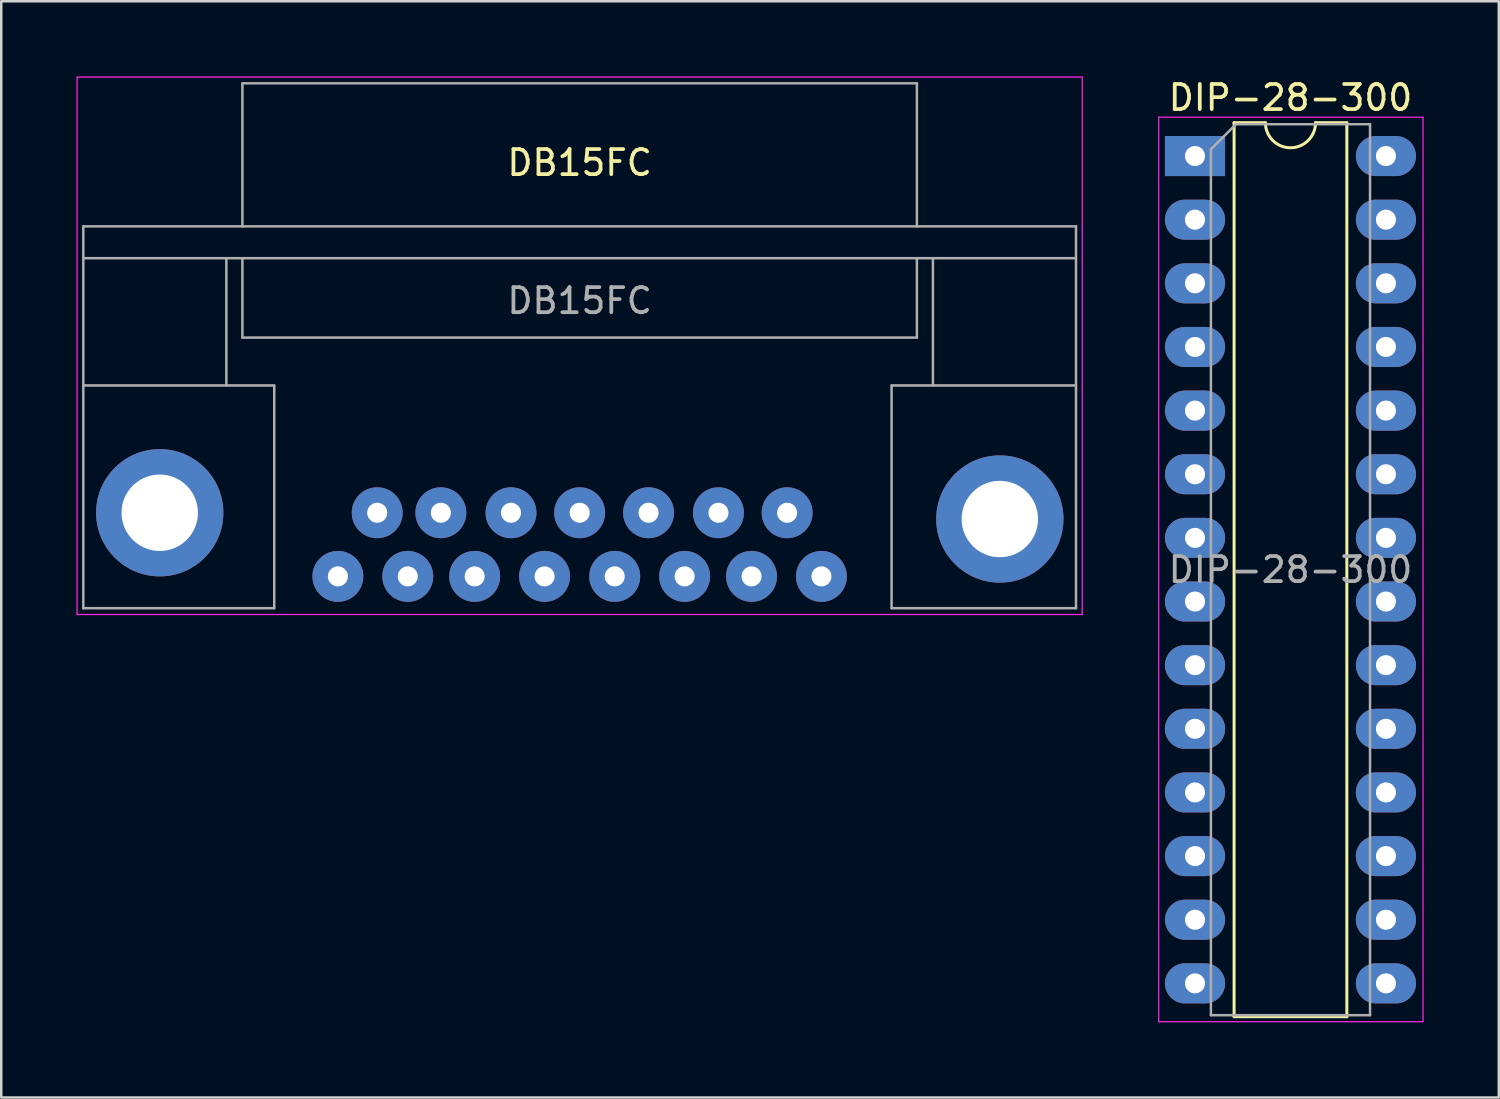
<source format=kicad_pcb>
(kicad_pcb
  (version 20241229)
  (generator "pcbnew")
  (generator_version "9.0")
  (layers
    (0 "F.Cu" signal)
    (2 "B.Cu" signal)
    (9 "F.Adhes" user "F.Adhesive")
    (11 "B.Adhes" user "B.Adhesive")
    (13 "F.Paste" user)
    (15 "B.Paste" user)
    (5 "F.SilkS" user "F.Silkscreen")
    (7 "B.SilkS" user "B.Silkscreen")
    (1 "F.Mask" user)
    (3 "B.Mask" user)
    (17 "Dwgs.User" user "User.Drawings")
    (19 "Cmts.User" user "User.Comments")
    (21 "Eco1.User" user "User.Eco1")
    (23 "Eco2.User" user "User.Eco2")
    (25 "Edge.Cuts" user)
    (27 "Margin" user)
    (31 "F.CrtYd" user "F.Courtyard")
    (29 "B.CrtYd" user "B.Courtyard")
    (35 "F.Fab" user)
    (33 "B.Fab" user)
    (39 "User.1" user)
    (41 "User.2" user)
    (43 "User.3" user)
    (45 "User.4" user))
  (footprint "DIP-28-300"
    (layer "F.Cu")
    (at 44.645 3.178)
    (property "Reference" "DIP-28-300" (at 3.81 -2.33 0) (layer "F.SilkS") (effects (font (size 1 1) (thickness 0.15))))
    (attr through_hole)
    (fp_line (start 1.56 -1.33) (end 1.56 34.35) (stroke (width 0.12) (type solid)) (layer "F.SilkS"))
    (fp_line (start 1.56 34.35) (end 6.06 34.35) (stroke (width 0.12) (type solid)) (layer "F.SilkS"))
    (fp_line (start 2.81 -1.33) (end 1.56 -1.33) (stroke (width 0.12) (type solid)) (layer "F.SilkS"))
    (fp_line (start 6.06 -1.33) (end 4.81 -1.33) (stroke (width 0.12) (type solid)) (layer "F.SilkS"))
    (fp_line (start 6.06 34.35) (end 6.06 -1.33) (stroke (width 0.12) (type solid)) (layer "F.SilkS"))
    (fp_arc (start 4.81 -1.33) (mid 3.81 -0.33) (end 2.81 -1.33) (stroke (width 0.12) (type solid)) (layer "F.SilkS"))
    (fp_line (start -1.45 -1.55) (end -1.45 34.55) (stroke (width 0.05) (type solid)) (layer "F.CrtYd"))
    (fp_line (start -1.45 34.55) (end 9.1 34.55) (stroke (width 0.05) (type solid)) (layer "F.CrtYd"))
    (fp_line (start 9.1 -1.55) (end -1.45 -1.55) (stroke (width 0.05) (type solid)) (layer "F.CrtYd"))
    (fp_line (start 9.1 34.55) (end 9.1 -1.55) (stroke (width 0.05) (type solid)) (layer "F.CrtYd"))
    (fp_line (start 0.635 -0.27) (end 1.635 -1.27) (stroke (width 0.1) (type solid)) (layer "F.Fab"))
    (fp_line (start 0.635 34.29) (end 0.635 -0.27) (stroke (width 0.1) (type solid)) (layer "F.Fab"))
    (fp_line (start 1.635 -1.27) (end 6.985 -1.27) (stroke (width 0.1) (type solid)) (layer "F.Fab"))
    (fp_line (start 6.985 -1.27) (end 6.985 34.29) (stroke (width 0.1) (type solid)) (layer "F.Fab"))
    (fp_line (start 6.985 34.29) (end 0.635 34.29) (stroke (width 0.1) (type solid)) (layer "F.Fab"))
    (fp_text user "${REFERENCE}" (at 3.81 16.51 0) (layer "F.Fab") (effects (font (size 1 1) (thickness 0.15))))
    (pad "1" thru_hole rect (at 0 0) (size 2.4 1.6) (drill 0.8) (layers "*.Cu" "*.Mask"))
    (pad "2" thru_hole oval (at 0 2.54) (size 2.4 1.6) (drill 0.8) (layers "*.Cu" "*.Mask"))
    (pad "3" thru_hole oval (at 0 5.08) (size 2.4 1.6) (drill 0.8) (layers "*.Cu" "*.Mask"))
    (pad "4" thru_hole oval (at 0 7.62) (size 2.4 1.6) (drill 0.8) (layers "*.Cu" "*.Mask"))
    (pad "5" thru_hole oval (at 0 10.16) (size 2.4 1.6) (drill 0.8) (layers "*.Cu" "*.Mask"))
    (pad "6" thru_hole oval (at 0 12.7) (size 2.4 1.6) (drill 0.8) (layers "*.Cu" "*.Mask"))
    (pad "7" thru_hole oval (at 0 15.24) (size 2.4 1.6) (drill 0.8) (layers "*.Cu" "*.Mask"))
    (pad "8" thru_hole oval (at 0 17.78) (size 2.4 1.6) (drill 0.8) (layers "*.Cu" "*.Mask"))
    (pad "9" thru_hole oval (at 0 20.32) (size 2.4 1.6) (drill 0.8) (layers "*.Cu" "*.Mask"))
    (pad "10" thru_hole oval (at 0 22.86) (size 2.4 1.6) (drill 0.8) (layers "*.Cu" "*.Mask"))
    (pad "11" thru_hole oval (at 0 25.4) (size 2.4 1.6) (drill 0.8) (layers "*.Cu" "*.Mask"))
    (pad "12" thru_hole oval (at 0 27.94) (size 2.4 1.6) (drill 0.8) (layers "*.Cu" "*.Mask"))
    (pad "13" thru_hole oval (at 0 30.48) (size 2.4 1.6) (drill 0.8) (layers "*.Cu" "*.Mask"))
    (pad "14" thru_hole oval (at 0 33.02) (size 2.4 1.6) (drill 0.8) (layers "*.Cu" "*.Mask"))
    (pad "15" thru_hole oval (at 7.62 33.02) (size 2.4 1.6) (drill 0.8) (layers "*.Cu" "*.Mask"))
    (pad "16" thru_hole oval (at 7.62 30.48) (size 2.4 1.6) (drill 0.8) (layers "*.Cu" "*.Mask"))
    (pad "17" thru_hole oval (at 7.62 27.94) (size 2.4 1.6) (drill 0.8) (layers "*.Cu" "*.Mask"))
    (pad "18" thru_hole oval (at 7.62 25.4) (size 2.4 1.6) (drill 0.8) (layers "*.Cu" "*.Mask"))
    (pad "19" thru_hole oval (at 7.62 22.86) (size 2.4 1.6) (drill 0.8) (layers "*.Cu" "*.Mask"))
    (pad "20" thru_hole oval (at 7.62 20.32) (size 2.4 1.6) (drill 0.8) (layers "*.Cu" "*.Mask"))
    (pad "21" thru_hole oval (at 7.62 17.78) (size 2.4 1.6) (drill 0.8) (layers "*.Cu" "*.Mask"))
    (pad "22" thru_hole oval (at 7.62 15.24) (size 2.4 1.6) (drill 0.8) (layers "*.Cu" "*.Mask"))
    (pad "23" thru_hole oval (at 7.62 12.7) (size 2.4 1.6) (drill 0.8) (layers "*.Cu" "*.Mask"))
    (pad "24" thru_hole oval (at 7.62 10.16) (size 2.4 1.6) (drill 0.8) (layers "*.Cu" "*.Mask"))
    (pad "25" thru_hole oval (at 7.62 7.62) (size 2.4 1.6) (drill 0.8) (layers "*.Cu" "*.Mask"))
    (pad "26" thru_hole oval (at 7.62 5.08) (size 2.4 1.6) (drill 0.8) (layers "*.Cu" "*.Mask"))
    (pad "27" thru_hole oval (at 7.62 2.54) (size 2.4 1.6) (drill 0.8) (layers "*.Cu" "*.Mask"))
    (pad "28" thru_hole oval (at 7.62 0) (size 2.4 1.6) (drill 0.8) (layers "*.Cu" "*.Mask")))
  (footprint "DB15FC"
    (layer "F.Cu")
    (at 10.435 19.955)
    (property "Reference" "DB15FC" (at 9.65 -16.51 0) (layer "F.SilkS") (effects (font (size 1 1) (thickness 0.15))))
    (attr through_hole)
    (fp_line (start -10.41 -19.93) (end -10.41 1.52) (stroke (width 0.05) (type solid)) (layer "F.CrtYd"))
    (fp_line (start -10.41 -19.93) (end 29.71 -19.93) (stroke (width 0.05) (type solid)) (layer "F.CrtYd"))
    (fp_line (start 29.71 1.52) (end -10.41 1.52) (stroke (width 0.05) (type solid)) (layer "F.CrtYd"))
    (fp_line (start 29.71 1.52) (end 29.71 -19.93) (stroke (width 0.05) (type solid)) (layer "F.CrtYd"))
    (fp_line (start -10.16 -13.97) (end -10.16 -12.7) (stroke (width 0.1) (type solid)) (layer "F.Fab"))
    (fp_line (start -10.16 -7.62) (end -2.54 -7.62) (stroke (width 0.1) (type solid)) (layer "F.Fab"))
    (fp_line (start -10.16 1.27) (end -10.16 -12.7) (stroke (width 0.1) (type solid)) (layer "F.Fab"))
    (fp_line (start -10.16 1.27) (end -2.54 1.27) (stroke (width 0.1) (type solid)) (layer "F.Fab"))
    (fp_line (start -4.45 -12.7) (end -4.45 -7.62) (stroke (width 0.1) (type solid)) (layer "F.Fab"))
    (fp_line (start -3.81 -19.68) (end -3.81 -13.97) (stroke (width 0.1) (type solid)) (layer "F.Fab"))
    (fp_line (start -3.81 -19.68) (end 23.11 -19.68) (stroke (width 0.1) (type solid)) (layer "F.Fab"))
    (fp_line (start -3.81 -9.53) (end -3.81 -12.7) (stroke (width 0.1) (type solid)) (layer "F.Fab"))
    (fp_line (start -2.54 -7.62) (end -2.54 1.27) (stroke (width 0.1) (type solid)) (layer "F.Fab"))
    (fp_line (start 22.1 -7.62) (end 29.46 -7.62) (stroke (width 0.1) (type solid)) (layer "F.Fab"))
    (fp_line (start 22.1 1.27) (end 22.1 -7.62) (stroke (width 0.1) (type solid)) (layer "F.Fab"))
    (fp_line (start 23.11 -13.97) (end 23.11 -19.68) (stroke (width 0.1) (type solid)) (layer "F.Fab"))
    (fp_line (start 23.11 -9.53) (end -3.81 -9.53) (stroke (width 0.1) (type solid)) (layer "F.Fab"))
    (fp_line (start 23.11 -9.53) (end 23.11 -12.7) (stroke (width 0.1) (type solid)) (layer "F.Fab"))
    (fp_line (start 23.75 -7.62) (end 23.75 -12.7) (stroke (width 0.1) (type solid)) (layer "F.Fab"))
    (fp_line (start 29.46 -13.97) (end -10.16 -13.97) (stroke (width 0.1) (type solid)) (layer "F.Fab"))
    (fp_line (start 29.46 -12.7) (end -10.16 -12.7) (stroke (width 0.1) (type solid)) (layer "F.Fab"))
    (fp_line (start 29.46 1.27) (end 22.1 1.27) (stroke (width 0.1) (type solid)) (layer "F.Fab"))
    (fp_line (start 29.46 1.27) (end 29.46 -13.97) (stroke (width 0.1) (type solid)) (layer "F.Fab"))
    (fp_text user "${REFERENCE}" (at 9.65 -11 0) (layer "F.Fab") (effects (font (size 1 1) (thickness 0.15))))
    (pad "" thru_hole circle (at -7.11 -2.54) (size 5.08 5.08) (drill 3.05) (layers "*.Cu" "*.Mask"))
    (pad "" thru_hole circle (at 26.42 -2.29) (size 5.08 5.08) (drill 3.05) (layers "*.Cu" "*.Mask"))
    (pad "1" thru_hole circle (at 0 0) (size 2.032 2.032) (drill 0.8) (layers "*.Cu" "*.Mask"))
    (pad "2" thru_hole circle (at 2.79 0) (size 2.032 2.032) (drill 0.8) (layers "*.Cu" "*.Mask"))
    (pad "3" thru_hole circle (at 5.46 0) (size 2.032 2.032) (drill 0.8) (layers "*.Cu" "*.Mask"))
    (pad "4" thru_hole circle (at 8.25 0) (size 2.032 2.032) (drill 0.8) (layers "*.Cu" "*.Mask"))
    (pad "5" thru_hole circle (at 11.05 0) (size 2.032 2.032) (drill 0.8) (layers "*.Cu" "*.Mask"))
    (pad "6" thru_hole circle (at 13.84 0) (size 2.032 2.032) (drill 0.8) (layers "*.Cu" "*.Mask"))
    (pad "7" thru_hole circle (at 16.51 0) (size 2.032 2.032) (drill 0.8) (layers "*.Cu" "*.Mask"))
    (pad "8" thru_hole circle (at 19.3 0) (size 2.032 2.032) (drill 0.8) (layers "*.Cu" "*.Mask"))
    (pad "9" thru_hole circle (at 1.57 -2.54) (size 2.032 2.032) (drill 0.8) (layers "*.Cu" "*.Mask"))
    (pad "10" thru_hole circle (at 4.11 -2.54) (size 2.032 2.032) (drill 0.8) (layers "*.Cu" "*.Mask"))
    (pad "11" thru_hole circle (at 6.91 -2.54) (size 2.032 2.032) (drill 0.8) (layers "*.Cu" "*.Mask"))
    (pad "12" thru_hole circle (at 9.65 -2.54) (size 2.032 2.032) (drill 0.8) (layers "*.Cu" "*.Mask"))
    (pad "13" thru_hole circle (at 12.4 -2.54) (size 2.032 2.032) (drill 0.8) (layers "*.Cu" "*.Mask"))
    (pad "14" thru_hole circle (at 15.19 -2.54) (size 2.032 2.032) (drill 0.8) (layers "*.Cu" "*.Mask"))
    (pad "15" thru_hole circle (at 17.93 -2.54) (size 2.032 2.032) (drill 0.8) (layers "*.Cu" "*.Mask")))
  (gr_rect
    (start -3 -3)
    (end 56.77 40.753)
    (stroke (width 0.1) (type default))
    (fill no)
    (layer "Edge.Cuts")))
</source>
